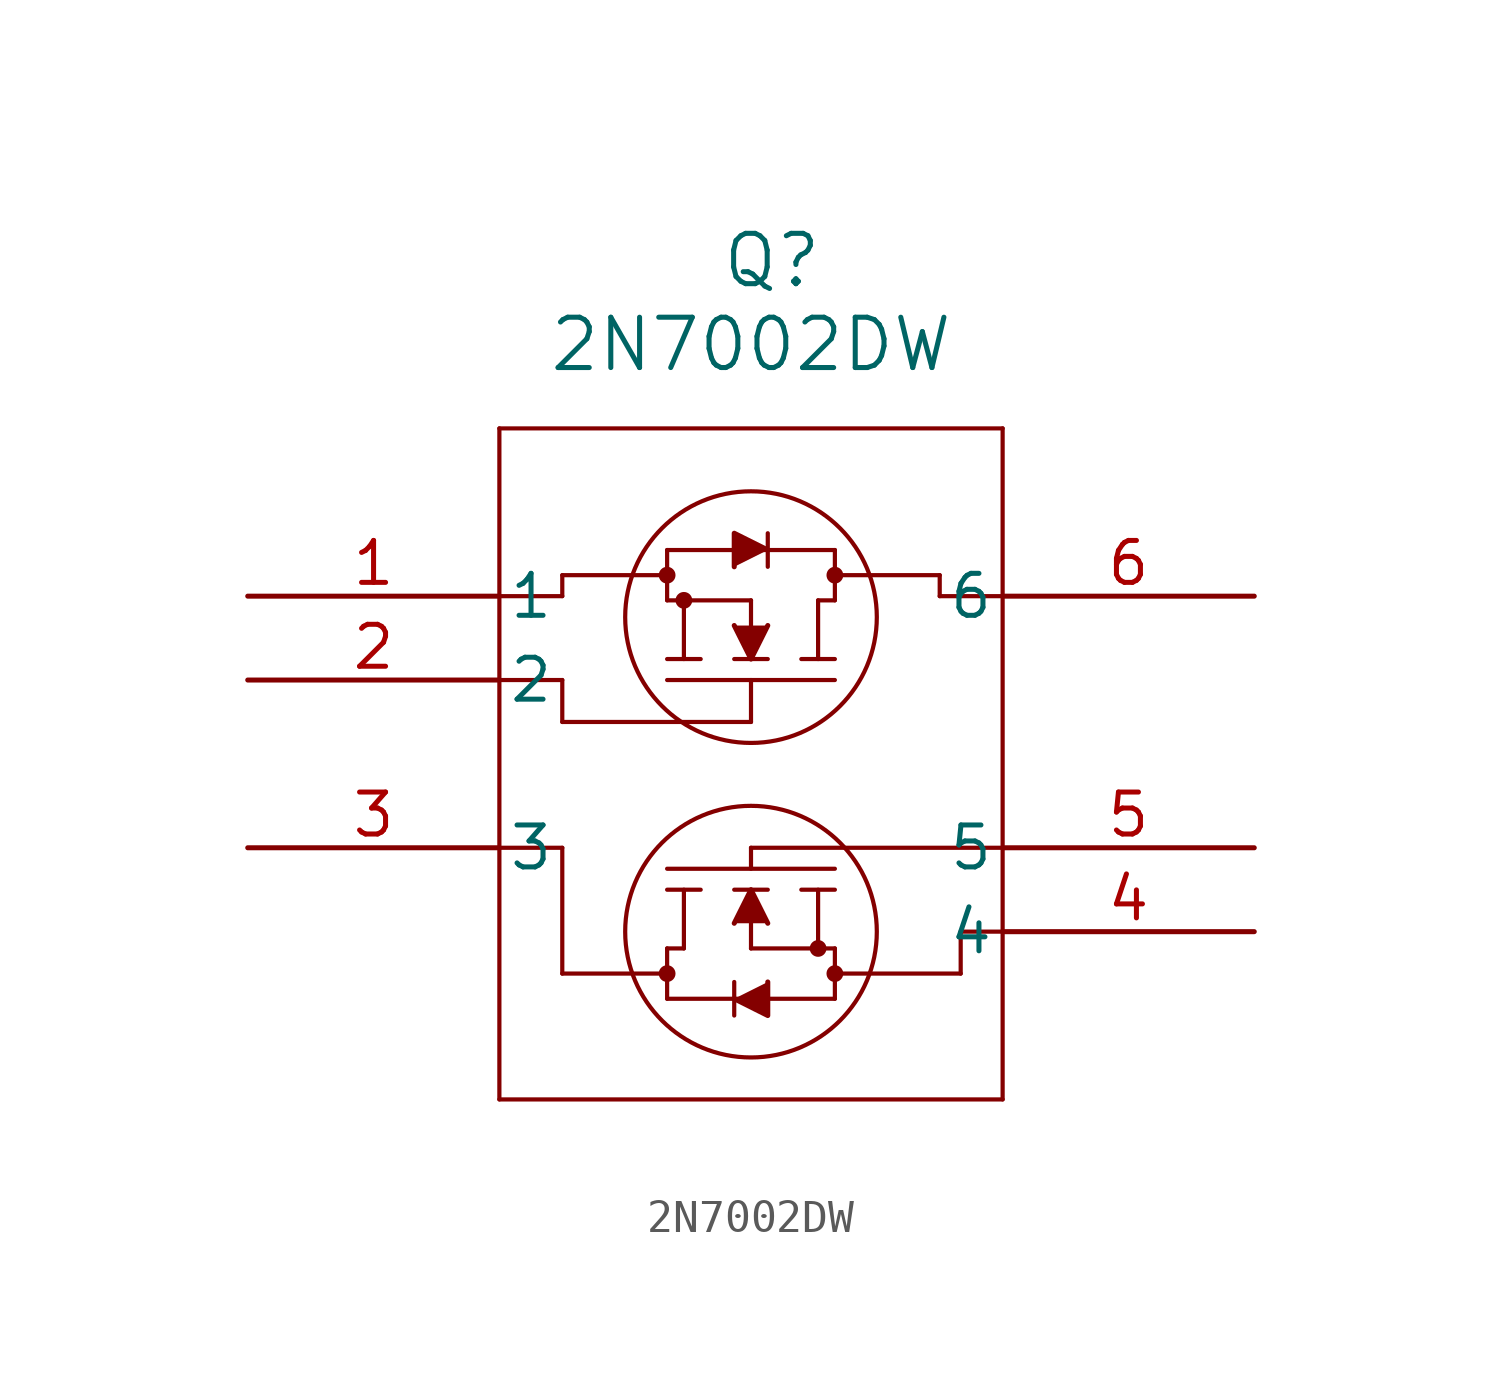
<source format=kicad_sym>
(kicad_symbol_lib
  (version 20211014)
  (generator kicad_symbol_editor)
  (symbol "2N7002DW"
    (pin_names
      (offset 0.254))
    (property "Reference" "Q"
      (at 15.875 10.16 0)
      (effects (font (size 1.524 1.524))))
    (property "Value" "2N7002DW"
      (at 15.24 7.62 0)
      (effects (font (size 1.524 1.524))))
    (symbol "2N7002DW_0_1"
      (circle (center 17.78 0.635) (radius 0.127) (stroke (width 0.254) (type default) (color 0 0 0 0)) (fill (type none)))
      (circle (center 12.7 0.635) (radius 0.127) (stroke (width 0.254) (type default) (color 0 0 0 0)) (fill (type none)))
      (polyline (pts (xy 7.62 5.08) (xy 7.62 -15.24)) (stroke (width 0.127) (type default) (color 0 0 0 0)) (fill (type none)))
      (polyline (pts (xy 7.62 -15.24) (xy 22.86 -15.24)) (stroke (width 0.127) (type default) (color 0 0 0 0)) (fill (type none)))
      (polyline (pts (xy 22.86 5.08) (xy 7.62 5.08)) (stroke (width 0.127) (type default) (color 0 0 0 0)) (fill (type none)))
      (circle (center 13.208 -0.127) (radius 0.127) (stroke (width 0.254) (type default) (color 0 0 0 0)) (fill (type none)))
      (polyline (pts (xy 12.7 -2.54) (xy 17.78 -2.54)) (stroke (width 0.127) (type default) (color 0 0 0 0)) (fill (type none)))
      (polyline (pts (xy 14.732 -1.905) (xy 15.748 -1.905)) (stroke (width 0.127) (type default) (color 0 0 0 0)) (fill (type none)))
      (polyline (pts (xy 12.7 -1.905) (xy 13.716 -1.905)) (stroke (width 0.127) (type default) (color 0 0 0 0)) (fill (type none)))
      (polyline (pts (xy 16.764 -1.905) (xy 17.78 -1.905)) (stroke (width 0.127) (type default) (color 0 0 0 0)) (fill (type none)))
      (polyline (pts (xy 15.24 -1.905) (xy 15.24 -0.127)) (stroke (width 0.127) (type default) (color 0 0 0 0)) (fill (type none)))
      (polyline (pts (xy 13.208 -1.905) (xy 13.208 -0.127)) (stroke (width 0.127) (type default) (color 0 0 0 0)) (fill (type none)))
      (polyline (pts (xy 12.7 -0.127) (xy 15.24 -0.127)) (stroke (width 0.127) (type default) (color 0 0 0 0)) (fill (type none)))
      (polyline (pts (xy 12.7 -0.127) (xy 12.7 1.397)) (stroke (width 0.127) (type default) (color 0 0 0 0)) (fill (type none)))
      (polyline (pts (xy 17.272 -1.905) (xy 17.272 -0.127)) (stroke (width 0.127) (type default) (color 0 0 0 0)) (fill (type none)))
      (polyline (pts (xy 12.7 1.397) (xy 17.78 1.397)) (stroke (width 0.127) (type default) (color 0 0 0 0)) (fill (type none)))
      (polyline (pts (xy 15.748 0.889) (xy 15.748 1.905)) (stroke (width 0.127) (type default) (color 0 0 0 0)) (fill (type none)))
      (polyline (pts (xy 17.78 -0.127) (xy 17.78 1.397)) (stroke (width 0.127) (type default) (color 0 0 0 0)) (fill (type none)))
      (polyline (pts (xy 17.272 -0.127) (xy 17.78 -0.127)) (stroke (width 0.127) (type default) (color 0 0 0 0)) (fill (type none)))
      (circle (center 15.24 -0.635) (radius 3.81) (stroke (width 0.127) (type default) (color 0 0 0 0)) (fill (type none)))
      (polyline (pts (xy 14.732 -0.889) (xy 15.24 -1.905) (xy 15.748 -0.889)) (stroke (width 0) (type default) (color 0 0 0 0)) (fill (type outline)))
      (polyline (pts (xy 14.732 0.889) (xy 14.732 1.905) (xy 15.748 1.397)) (stroke (width 0) (type default) (color 0 0 0 0)) (fill (type outline)))
      (circle (center 12.7 -11.43) (radius 0.127) (stroke (width 0.254) (type default) (color 0 0 0 0)) (fill (type none)))
      (circle (center 17.78 -11.43) (radius 0.127) (stroke (width 0.254) (type default) (color 0 0 0 0)) (fill (type none)))
      (circle (center 17.272 -10.668) (radius 0.127) (stroke (width 0.254) (type default) (color 0 0 0 0)) (fill (type none)))
      (polyline (pts (xy 17.78 -8.255) (xy 12.7 -8.255)) (stroke (width 0.127) (type default) (color 0 0 0 0)) (fill (type none)))
      (polyline (pts (xy 15.748 -8.89) (xy 14.732 -8.89)) (stroke (width 0.127) (type default) (color 0 0 0 0)) (fill (type none)))
      (polyline (pts (xy 17.78 -8.89) (xy 16.764 -8.89)) (stroke (width 0.127) (type default) (color 0 0 0 0)) (fill (type none)))
      (polyline (pts (xy 13.716 -8.89) (xy 12.7 -8.89)) (stroke (width 0.127) (type default) (color 0 0 0 0)) (fill (type none)))
      (polyline (pts (xy 15.24 -8.89) (xy 15.24 -10.668)) (stroke (width 0.127) (type default) (color 0 0 0 0)) (fill (type none)))
      (polyline (pts (xy 17.272 -8.89) (xy 17.272 -10.668)) (stroke (width 0.127) (type default) (color 0 0 0 0)) (fill (type none)))
      (polyline (pts (xy 17.78 -10.668) (xy 15.24 -10.668)) (stroke (width 0.127) (type default) (color 0 0 0 0)) (fill (type none)))
      (polyline (pts (xy 17.78 -10.668) (xy 17.78 -12.192)) (stroke (width 0.127) (type default) (color 0 0 0 0)) (fill (type none)))
      (polyline (pts (xy 13.208 -8.89) (xy 13.208 -10.668)) (stroke (width 0.127) (type default) (color 0 0 0 0)) (fill (type none)))
      (polyline (pts (xy 17.78 -12.192) (xy 12.7 -12.192)) (stroke (width 0.127) (type default) (color 0 0 0 0)) (fill (type none)))
      (polyline (pts (xy 14.732 -11.684) (xy 14.732 -12.7)) (stroke (width 0.127) (type default) (color 0 0 0 0)) (fill (type none)))
      (polyline (pts (xy 12.7 -10.668) (xy 12.7 -12.192)) (stroke (width 0.127) (type default) (color 0 0 0 0)) (fill (type none)))
      (polyline (pts (xy 13.208 -10.668) (xy 12.7 -10.668)) (stroke (width 0.127) (type default) (color 0 0 0 0)) (fill (type none)))
      (circle (center 15.24 -10.16) (radius 3.81) (stroke (width 0.127) (type default) (color 0 0 0 0)) (fill (type none)))
      (polyline (pts (xy 15.748 -9.906) (xy 15.24 -8.89) (xy 14.732 -9.906)) (stroke (width 0) (type default) (color 0 0 0 0)) (fill (type outline)))
      (polyline (pts (xy 15.748 -11.684) (xy 15.748 -12.7) (xy 14.732 -12.192)) (stroke (width 0) (type default) (color 0 0 0 0)) (fill (type outline)))
      (polyline (pts (xy 7.62 0) (xy 9.525 0)) (stroke (width 0.127) (type default) (color 0 0 0 0)) (fill (type none)))
      (polyline (pts (xy 9.525 0.635) (xy 9.525 0)) (stroke (width 0.127) (type default) (color 0 0 0 0)) (fill (type none)))
      (polyline (pts (xy 9.525 0.635) (xy 12.7 0.635)) (stroke (width 0.127) (type default) (color 0 0 0 0)) (fill (type none)))
      (polyline (pts (xy 7.62 -2.54) (xy 9.525 -2.54)) (stroke (width 0.127) (type default) (color 0 0 0 0)) (fill (type none)))
      (polyline (pts (xy 9.525 -2.54) (xy 9.525 -3.81)) (stroke (width 0.127) (type default) (color 0 0 0 0)) (fill (type none)))
      (polyline (pts (xy 9.525 -3.81) (xy 15.24 -3.81)) (stroke (width 0.127) (type default) (color 0 0 0 0)) (fill (type none)))
      (polyline (pts (xy 15.24 -2.54) (xy 15.24 -3.81)) (stroke (width 0.127) (type default) (color 0 0 0 0)) (fill (type none)))
      (polyline (pts (xy 7.62 -7.62) (xy 9.525 -7.62)) (stroke (width 0.127) (type default) (color 0 0 0 0)) (fill (type none)))
      (polyline (pts (xy 9.525 -7.62) (xy 9.525 -11.43)) (stroke (width 0.127) (type default) (color 0 0 0 0)) (fill (type none)))
      (polyline (pts (xy 9.525 -11.43) (xy 12.7 -11.43)) (stroke (width 0.127) (type default) (color 0 0 0 0)) (fill (type none)))
      (polyline (pts (xy 17.78 -11.43) (xy 21.59 -11.43)) (stroke (width 0.127) (type default) (color 0 0 0 0)) (fill (type none)))
      (polyline (pts (xy 21.59 -10.16) (xy 21.59 -11.43)) (stroke (width 0.127) (type default) (color 0 0 0 0)) (fill (type none)))
      (polyline (pts (xy 21.59 -10.16) (xy 22.86 -10.16)) (stroke (width 0.127) (type default) (color 0 0 0 0)) (fill (type none)))
      (polyline (pts (xy 22.86 -15.24) (xy 22.86 5.08)) (stroke (width 0.127) (type default) (color 0 0 0 0)) (fill (type none)))
      (polyline (pts (xy 22.86 -7.62) (xy 15.24 -7.62)) (stroke (width 0.127) (type default) (color 0 0 0 0)) (fill (type none)))
      (polyline (pts (xy 15.24 -8.255) (xy 15.24 -7.62)) (stroke (width 0.127) (type default) (color 0 0 0 0)) (fill (type none)))
      (polyline (pts (xy 22.86 0) (xy 20.955 0)) (stroke (width 0.127) (type default) (color 0 0 0 0)) (fill (type none)))
      (polyline (pts (xy 20.955 0.635) (xy 20.955 0)) (stroke (width 0.127) (type default) (color 0 0 0 0)) (fill (type none)))
      (polyline (pts (xy 17.78 0.635) (xy 20.955 0.635)) (stroke (width 0.127) (type default) (color 0 0 0 0)) (fill (type none)))
      (pin unspecified line (at 0 0 0) (length 7.62) (name "1" (effects (font (size 1.27 1.27)))) (number "1" (effects (font (size 1.27 1.27)))))
      (pin unspecified line (at 0 -2.54 0) (length 7.62) (name "2" (effects (font (size 1.27 1.27)))) (number "2" (effects (font (size 1.27 1.27)))))
      (pin unspecified line (at 0 -7.62 0) (length 7.62) (name "3" (effects (font (size 1.27 1.27)))) (number "3" (effects (font (size 1.27 1.27)))))
      (pin unspecified line (at 30.48 -10.16 180) (length 7.62) (name "4" (effects (font (size 1.27 1.27)))) (number "4" (effects (font (size 1.27 1.27)))))
      (pin unspecified line (at 30.48 -7.62 180) (length 7.62) (name "5" (effects (font (size 1.27 1.27)))) (number "5" (effects (font (size 1.27 1.27)))))
      (pin unspecified line (at 30.48 0 180) (length 7.62) (name "6" (effects (font (size 1.27 1.27)))) (number "6" (effects (font (size 1.27 1.27))))))))
</source>
